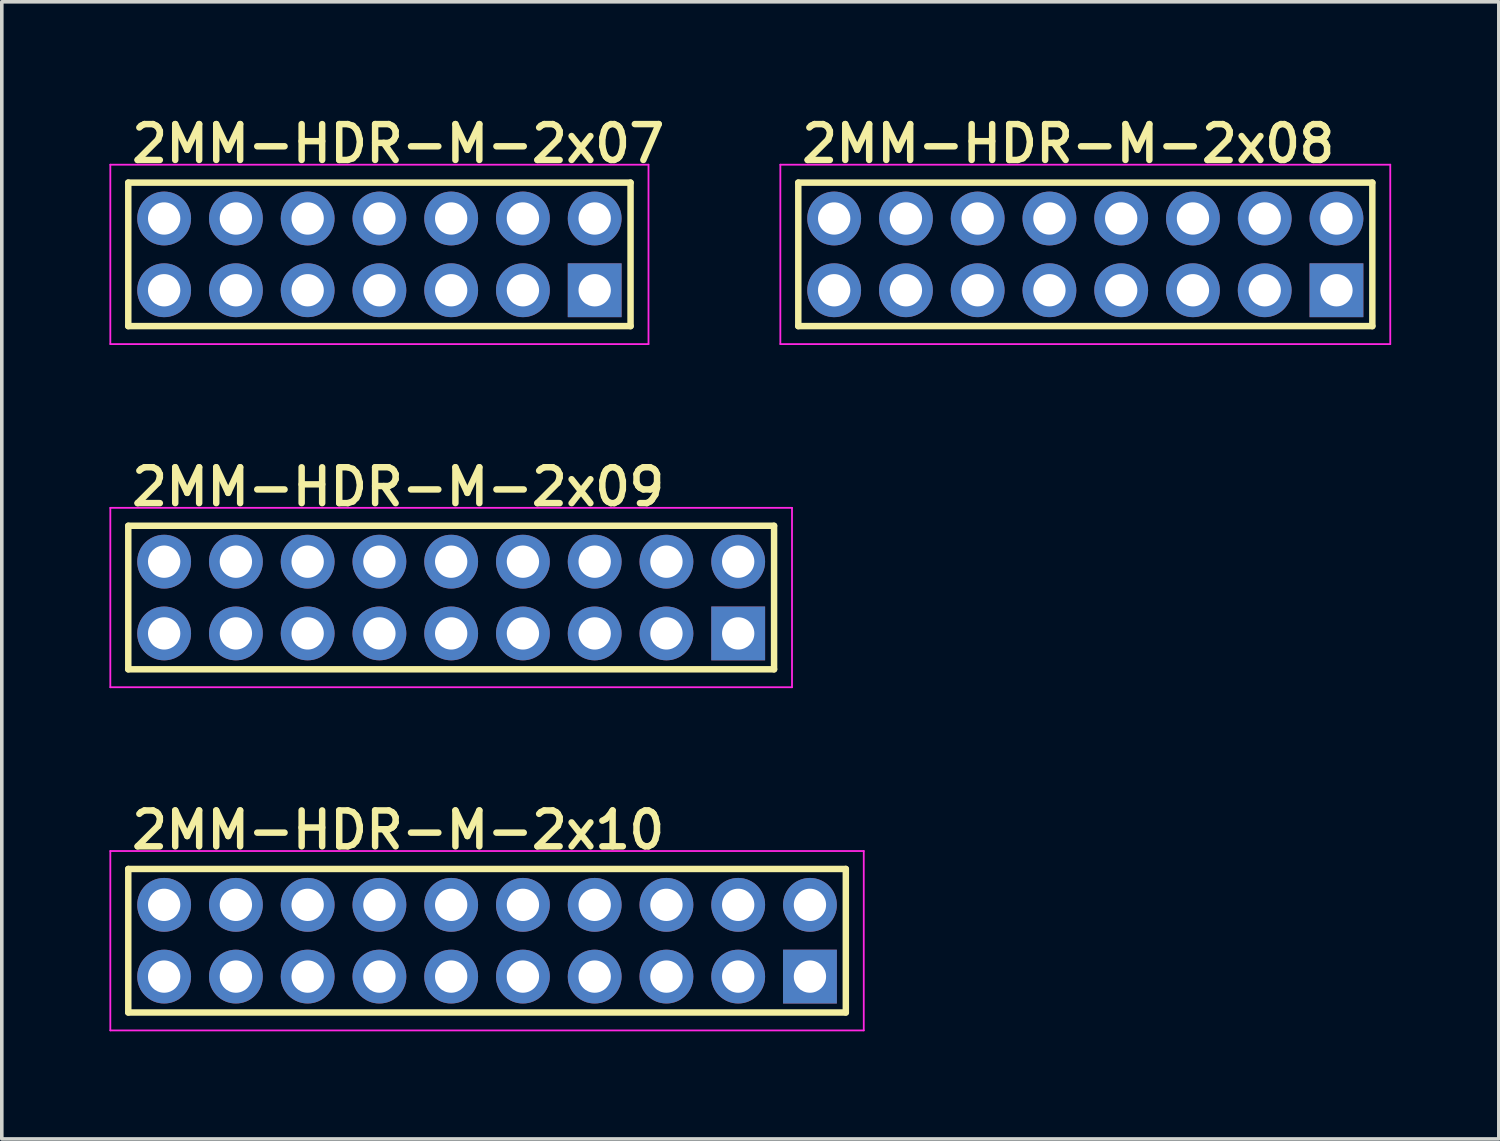
<source format=kicad_pcb>
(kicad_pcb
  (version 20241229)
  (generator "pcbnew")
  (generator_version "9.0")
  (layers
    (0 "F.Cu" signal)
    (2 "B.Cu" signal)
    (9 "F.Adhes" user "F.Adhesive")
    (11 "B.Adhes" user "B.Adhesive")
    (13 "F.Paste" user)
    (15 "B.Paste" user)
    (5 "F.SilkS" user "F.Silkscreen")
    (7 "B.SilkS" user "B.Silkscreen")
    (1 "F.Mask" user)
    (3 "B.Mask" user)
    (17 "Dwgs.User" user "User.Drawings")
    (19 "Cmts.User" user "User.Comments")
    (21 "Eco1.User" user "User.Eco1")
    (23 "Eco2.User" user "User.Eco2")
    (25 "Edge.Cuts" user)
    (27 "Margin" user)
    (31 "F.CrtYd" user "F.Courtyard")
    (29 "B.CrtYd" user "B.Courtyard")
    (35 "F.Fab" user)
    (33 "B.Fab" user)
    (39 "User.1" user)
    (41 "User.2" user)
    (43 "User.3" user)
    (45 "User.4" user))
  (footprint "2MM-HDR-M-2x08"
    (layer "F.Cu")
    (at 27.2 4.04)
    (property "Reference" "2MM-HDR-M-2x08" (at -8 -2.5 0) (layer "F.SilkS") (effects (font (size 1 1) (thickness 0.18)) (justify left bottom)))
    (attr through_hole)
    (fp_line (start -8 -2) (end 8 -2) (stroke (width 0.18) (type solid)) (layer "F.SilkS"))
    (fp_line (start -8 2) (end -8 -2) (stroke (width 0.18) (type solid)) (layer "F.SilkS"))
    (fp_line (start 8 -2) (end 8 2) (stroke (width 0.18) (type solid)) (layer "F.SilkS"))
    (fp_line (start 8 2) (end -8 2) (stroke (width 0.18) (type solid)) (layer "F.SilkS"))
    (fp_line (start -8.5 -2.5) (end 8.5 -2.5) (stroke (width 0.05) (type solid)) (layer "F.CrtYd"))
    (fp_line (start -8.5 2.5) (end -8.5 -2.5) (stroke (width 0.05) (type solid)) (layer "F.CrtYd"))
    (fp_line (start 8.5 -2.5) (end 8.5 2.5) (stroke (width 0.05) (type solid)) (layer "F.CrtYd"))
    (fp_line (start 8.5 2.5) (end -8.5 2.5) (stroke (width 0.05) (type solid)) (layer "F.CrtYd"))
    (pad "1" thru_hole rect (at 7 1) (size 1.5 1.5) (drill 0.9) (layers "*.Cu" "*.Mask"))
    (pad "2" thru_hole circle (at 7 -1) (size 1.5 1.5) (drill 0.9) (layers "*.Cu" "*.Mask"))
    (pad "3" thru_hole circle (at 5 1) (size 1.5 1.5) (drill 0.9) (layers "*.Cu" "*.Mask"))
    (pad "4" thru_hole circle (at 5 -1) (size 1.5 1.5) (drill 0.9) (layers "*.Cu" "*.Mask"))
    (pad "5" thru_hole circle (at 3 1) (size 1.5 1.5) (drill 0.9) (layers "*.Cu" "*.Mask"))
    (pad "6" thru_hole circle (at 3 -1) (size 1.5 1.5) (drill 0.9) (layers "*.Cu" "*.Mask"))
    (pad "7" thru_hole circle (at 1 1) (size 1.5 1.5) (drill 0.9) (layers "*.Cu" "*.Mask"))
    (pad "8" thru_hole circle (at 1 -1) (size 1.5 1.5) (drill 0.9) (layers "*.Cu" "*.Mask"))
    (pad "9" thru_hole circle (at -1 1) (size 1.5 1.5) (drill 0.9) (layers "*.Cu" "*.Mask"))
    (pad "10" thru_hole circle (at -1 -1) (size 1.5 1.5) (drill 0.9) (layers "*.Cu" "*.Mask"))
    (pad "11" thru_hole circle (at -3 1) (size 1.5 1.5) (drill 0.9) (layers "*.Cu" "*.Mask"))
    (pad "12" thru_hole circle (at -3 -1) (size 1.5 1.5) (drill 0.9) (layers "*.Cu" "*.Mask"))
    (pad "13" thru_hole circle (at -5 1) (size 1.5 1.5) (drill 0.9) (layers "*.Cu" "*.Mask"))
    (pad "14" thru_hole circle (at -5 -1) (size 1.5 1.5) (drill 0.9) (layers "*.Cu" "*.Mask"))
    (pad "15" thru_hole circle (at -7 1) (size 1.5 1.5) (drill 0.9) (layers "*.Cu" "*.Mask"))
    (pad "16" thru_hole circle (at -7 -1) (size 1.5 1.5) (drill 0.9) (layers "*.Cu" "*.Mask")))
  (footprint "2MM-HDR-M-2x07"
    (layer "F.Cu")
    (at 7.525 4.04)
    (property "Reference" "2MM-HDR-M-2x07" (at -7 -2.5 0) (layer "F.SilkS") (effects (font (size 1 1) (thickness 0.18)) (justify left bottom)))
    (attr through_hole)
    (fp_line (start -7 -2) (end 7 -2) (stroke (width 0.18) (type solid)) (layer "F.SilkS"))
    (fp_line (start -7 2) (end -7 -2) (stroke (width 0.18) (type solid)) (layer "F.SilkS"))
    (fp_line (start 7 -2) (end 7 2) (stroke (width 0.18) (type solid)) (layer "F.SilkS"))
    (fp_line (start 7 2) (end -7 2) (stroke (width 0.18) (type solid)) (layer "F.SilkS"))
    (fp_line (start -7.5 -2.5) (end 7.5 -2.5) (stroke (width 0.05) (type solid)) (layer "F.CrtYd"))
    (fp_line (start -7.5 2.5) (end -7.5 -2.5) (stroke (width 0.05) (type solid)) (layer "F.CrtYd"))
    (fp_line (start 7.5 -2.5) (end 7.5 2.5) (stroke (width 0.05) (type solid)) (layer "F.CrtYd"))
    (fp_line (start 7.5 2.5) (end -7.5 2.5) (stroke (width 0.05) (type solid)) (layer "F.CrtYd"))
    (pad "1" thru_hole rect (at 6 1) (size 1.5 1.5) (drill 0.9) (layers "*.Cu" "*.Mask"))
    (pad "2" thru_hole circle (at 6 -1) (size 1.5 1.5) (drill 0.9) (layers "*.Cu" "*.Mask"))
    (pad "3" thru_hole circle (at 4 1) (size 1.5 1.5) (drill 0.9) (layers "*.Cu" "*.Mask"))
    (pad "4" thru_hole circle (at 4 -1) (size 1.5 1.5) (drill 0.9) (layers "*.Cu" "*.Mask"))
    (pad "5" thru_hole circle (at 2 1) (size 1.5 1.5) (drill 0.9) (layers "*.Cu" "*.Mask"))
    (pad "6" thru_hole circle (at 2 -1) (size 1.5 1.5) (drill 0.9) (layers "*.Cu" "*.Mask"))
    (pad "7" thru_hole circle (at 0 1) (size 1.5 1.5) (drill 0.9) (layers "*.Cu" "*.Mask"))
    (pad "8" thru_hole circle (at 0 -1) (size 1.5 1.5) (drill 0.9) (layers "*.Cu" "*.Mask"))
    (pad "9" thru_hole circle (at -2 1) (size 1.5 1.5) (drill 0.9) (layers "*.Cu" "*.Mask"))
    (pad "10" thru_hole circle (at -2 -1) (size 1.5 1.5) (drill 0.9) (layers "*.Cu" "*.Mask"))
    (pad "11" thru_hole circle (at -4 1) (size 1.5 1.5) (drill 0.9) (layers "*.Cu" "*.Mask"))
    (pad "12" thru_hole circle (at -4 -1) (size 1.5 1.5) (drill 0.9) (layers "*.Cu" "*.Mask"))
    (pad "13" thru_hole circle (at -6 1) (size 1.5 1.5) (drill 0.9) (layers "*.Cu" "*.Mask"))
    (pad "14" thru_hole circle (at -6 -1) (size 1.5 1.5) (drill 0.9) (layers "*.Cu" "*.Mask")))
  (footprint "2MM-HDR-M-2x09"
    (layer "F.Cu")
    (at 9.525 13.605)
    (property "Reference" "2MM-HDR-M-2x09" (at -9 -2.5 0) (layer "F.SilkS") (effects (font (size 1 1) (thickness 0.18)) (justify left bottom)))
    (attr through_hole)
    (fp_line (start -9 -2) (end 9 -2) (stroke (width 0.18) (type solid)) (layer "F.SilkS"))
    (fp_line (start -9 2) (end -9 -2) (stroke (width 0.18) (type solid)) (layer "F.SilkS"))
    (fp_line (start 9 -2) (end 9 2) (stroke (width 0.18) (type solid)) (layer "F.SilkS"))
    (fp_line (start 9 2) (end -9 2) (stroke (width 0.18) (type solid)) (layer "F.SilkS"))
    (fp_line (start -9.5 -2.5) (end 9.5 -2.5) (stroke (width 0.05) (type solid)) (layer "F.CrtYd"))
    (fp_line (start -9.5 2.5) (end -9.5 -2.5) (stroke (width 0.05) (type solid)) (layer "F.CrtYd"))
    (fp_line (start 9.5 -2.5) (end 9.5 2.5) (stroke (width 0.05) (type solid)) (layer "F.CrtYd"))
    (fp_line (start 9.5 2.5) (end -9.5 2.5) (stroke (width 0.05) (type solid)) (layer "F.CrtYd"))
    (pad "1" thru_hole rect (at 8 1) (size 1.5 1.5) (drill 0.9) (layers "*.Cu" "*.Mask"))
    (pad "2" thru_hole circle (at 8 -1) (size 1.5 1.5) (drill 0.9) (layers "*.Cu" "*.Mask"))
    (pad "3" thru_hole circle (at 6 1) (size 1.5 1.5) (drill 0.9) (layers "*.Cu" "*.Mask"))
    (pad "4" thru_hole circle (at 6 -1) (size 1.5 1.5) (drill 0.9) (layers "*.Cu" "*.Mask"))
    (pad "5" thru_hole circle (at 4 1) (size 1.5 1.5) (drill 0.9) (layers "*.Cu" "*.Mask"))
    (pad "6" thru_hole circle (at 4 -1) (size 1.5 1.5) (drill 0.9) (layers "*.Cu" "*.Mask"))
    (pad "7" thru_hole circle (at 2 1) (size 1.5 1.5) (drill 0.9) (layers "*.Cu" "*.Mask"))
    (pad "8" thru_hole circle (at 2 -1) (size 1.5 1.5) (drill 0.9) (layers "*.Cu" "*.Mask"))
    (pad "9" thru_hole circle (at 0 1) (size 1.5 1.5) (drill 0.9) (layers "*.Cu" "*.Mask"))
    (pad "10" thru_hole circle (at 0 -1) (size 1.5 1.5) (drill 0.9) (layers "*.Cu" "*.Mask"))
    (pad "11" thru_hole circle (at -2 1) (size 1.5 1.5) (drill 0.9) (layers "*.Cu" "*.Mask"))
    (pad "12" thru_hole circle (at -2 -1) (size 1.5 1.5) (drill 0.9) (layers "*.Cu" "*.Mask"))
    (pad "13" thru_hole circle (at -4 1) (size 1.5 1.5) (drill 0.9) (layers "*.Cu" "*.Mask"))
    (pad "14" thru_hole circle (at -4 -1) (size 1.5 1.5) (drill 0.9) (layers "*.Cu" "*.Mask"))
    (pad "15" thru_hole circle (at -6 1) (size 1.5 1.5) (drill 0.9) (layers "*.Cu" "*.Mask"))
    (pad "16" thru_hole circle (at -6 -1) (size 1.5 1.5) (drill 0.9) (layers "*.Cu" "*.Mask"))
    (pad "17" thru_hole circle (at -8 1) (size 1.5 1.5) (drill 0.9) (layers "*.Cu" "*.Mask"))
    (pad "18" thru_hole circle (at -8 -1) (size 1.5 1.5) (drill 0.9) (layers "*.Cu" "*.Mask")))
  (footprint "2MM-HDR-M-2x10"
    (layer "F.Cu")
    (at 10.525 23.17)
    (property "Reference" "2MM-HDR-M-2x10" (at -10 -2.5 0) (layer "F.SilkS") (effects (font (size 1 1) (thickness 0.18)) (justify left bottom)))
    (attr through_hole)
    (fp_line (start -10 -2) (end 10 -2) (stroke (width 0.18) (type solid)) (layer "F.SilkS"))
    (fp_line (start -10 2) (end -10 -2) (stroke (width 0.18) (type solid)) (layer "F.SilkS"))
    (fp_line (start 10 -2) (end 10 2) (stroke (width 0.18) (type solid)) (layer "F.SilkS"))
    (fp_line (start 10 2) (end -10 2) (stroke (width 0.18) (type solid)) (layer "F.SilkS"))
    (fp_line (start -10.5 -2.5) (end 10.5 -2.5) (stroke (width 0.05) (type solid)) (layer "F.CrtYd"))
    (fp_line (start -10.5 2.5) (end -10.5 -2.5) (stroke (width 0.05) (type solid)) (layer "F.CrtYd"))
    (fp_line (start 10.5 -2.5) (end 10.5 2.5) (stroke (width 0.05) (type solid)) (layer "F.CrtYd"))
    (fp_line (start 10.5 2.5) (end -10.5 2.5) (stroke (width 0.05) (type solid)) (layer "F.CrtYd"))
    (pad "1" thru_hole rect (at 9 1) (size 1.5 1.5) (drill 0.9) (layers "*.Cu" "*.Mask"))
    (pad "2" thru_hole circle (at 9 -1) (size 1.5 1.5) (drill 0.9) (layers "*.Cu" "*.Mask"))
    (pad "3" thru_hole circle (at 7 1) (size 1.5 1.5) (drill 0.9) (layers "*.Cu" "*.Mask"))
    (pad "4" thru_hole circle (at 7 -1) (size 1.5 1.5) (drill 0.9) (layers "*.Cu" "*.Mask"))
    (pad "5" thru_hole circle (at 5 1) (size 1.5 1.5) (drill 0.9) (layers "*.Cu" "*.Mask"))
    (pad "6" thru_hole circle (at 5 -1) (size 1.5 1.5) (drill 0.9) (layers "*.Cu" "*.Mask"))
    (pad "7" thru_hole circle (at 3 1) (size 1.5 1.5) (drill 0.9) (layers "*.Cu" "*.Mask"))
    (pad "8" thru_hole circle (at 3 -1) (size 1.5 1.5) (drill 0.9) (layers "*.Cu" "*.Mask"))
    (pad "9" thru_hole circle (at 1 1) (size 1.5 1.5) (drill 0.9) (layers "*.Cu" "*.Mask"))
    (pad "10" thru_hole circle (at 1 -1) (size 1.5 1.5) (drill 0.9) (layers "*.Cu" "*.Mask"))
    (pad "11" thru_hole circle (at -1 1) (size 1.5 1.5) (drill 0.9) (layers "*.Cu" "*.Mask"))
    (pad "12" thru_hole circle (at -1 -1) (size 1.5 1.5) (drill 0.9) (layers "*.Cu" "*.Mask"))
    (pad "13" thru_hole circle (at -3 1) (size 1.5 1.5) (drill 0.9) (layers "*.Cu" "*.Mask"))
    (pad "14" thru_hole circle (at -3 -1) (size 1.5 1.5) (drill 0.9) (layers "*.Cu" "*.Mask"))
    (pad "15" thru_hole circle (at -5 1) (size 1.5 1.5) (drill 0.9) (layers "*.Cu" "*.Mask"))
    (pad "16" thru_hole circle (at -5 -1) (size 1.5 1.5) (drill 0.9) (layers "*.Cu" "*.Mask"))
    (pad "17" thru_hole circle (at -7 1) (size 1.5 1.5) (drill 0.9) (layers "*.Cu" "*.Mask"))
    (pad "18" thru_hole circle (at -7 -1) (size 1.5 1.5) (drill 0.9) (layers "*.Cu" "*.Mask"))
    (pad "19" thru_hole circle (at -9 1) (size 1.5 1.5) (drill 0.9) (layers "*.Cu" "*.Mask"))
    (pad "20" thru_hole circle (at -9 -1) (size 1.5 1.5) (drill 0.9) (layers "*.Cu" "*.Mask")))
  (gr_rect
    (start -3 -3)
    (end 38.725 28.695)
    (stroke (width 0.1) (type default))
    (fill no)
    (layer "Edge.Cuts")))
</source>
